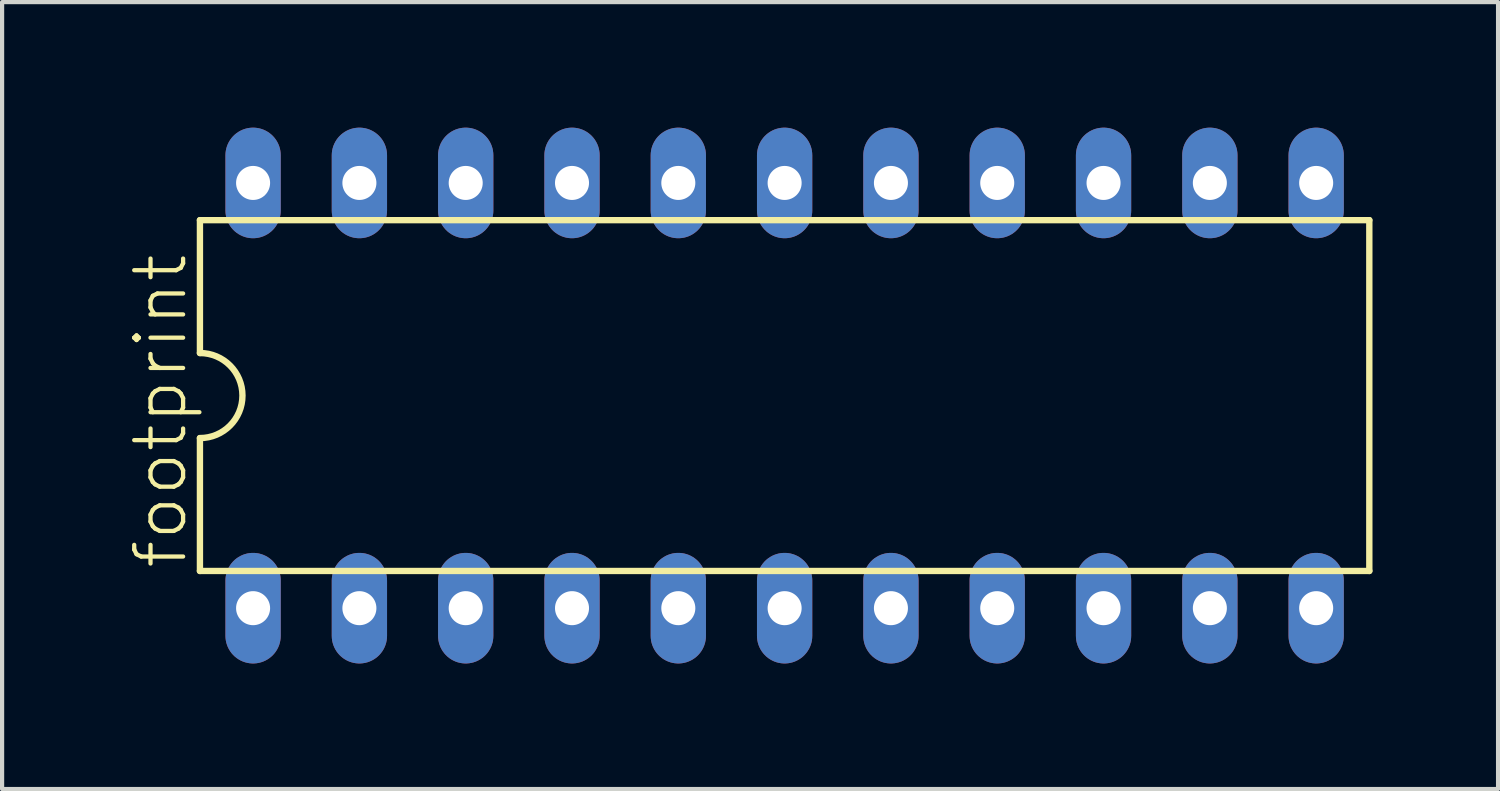
<source format=kicad_pcb>
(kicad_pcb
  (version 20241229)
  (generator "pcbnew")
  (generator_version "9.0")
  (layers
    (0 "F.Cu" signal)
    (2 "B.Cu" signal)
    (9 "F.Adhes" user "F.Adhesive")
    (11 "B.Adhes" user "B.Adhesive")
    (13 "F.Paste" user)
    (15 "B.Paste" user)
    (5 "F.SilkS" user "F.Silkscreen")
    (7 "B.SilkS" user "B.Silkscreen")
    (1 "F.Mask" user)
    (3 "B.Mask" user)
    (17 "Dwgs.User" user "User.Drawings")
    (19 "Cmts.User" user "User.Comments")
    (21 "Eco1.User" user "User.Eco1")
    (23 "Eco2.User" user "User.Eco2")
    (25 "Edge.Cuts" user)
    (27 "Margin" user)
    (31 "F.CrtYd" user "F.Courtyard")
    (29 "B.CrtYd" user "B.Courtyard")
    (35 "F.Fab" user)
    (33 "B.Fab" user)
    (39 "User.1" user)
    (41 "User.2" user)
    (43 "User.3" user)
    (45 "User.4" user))
  (footprint "footprint"
    (layer "F.Cu")
    (at 15.697 6.401)
    (property "Reference" "footprint" (at -14.224 4.191 90) (layer "F.SilkS") (effects (font (size 1.168 1.168) (thickness 0.102)) (justify left bottom)))
    (fp_line (start -13.97 -4.191) (end -13.97 -1.016) (stroke (width 0.152) (type solid)) (layer "F.SilkS"))
    (fp_line (start -13.97 4.191) (end -13.97 1.016) (stroke (width 0.152) (type solid)) (layer "F.SilkS"))
    (fp_line (start -13.97 4.191) (end 13.97 4.191) (stroke (width 0.152) (type solid)) (layer "F.SilkS"))
    (fp_line (start 13.97 -4.191) (end -13.97 -4.191) (stroke (width 0.152) (type solid)) (layer "F.SilkS"))
    (fp_line (start 13.97 -4.191) (end 13.97 4.191) (stroke (width 0.152) (type solid)) (layer "F.SilkS"))
    (fp_arc (start -13.97 -1.016) (mid -12.954 0) (end -13.97 1.016) (stroke (width 0.1524) (type solid)) (layer "F.SilkS"))
    (pad "1" thru_hole oval (at -12.7 5.08 90) (size 2.642 1.321) (drill 0.813) (layers "*.Cu" "*.Mask"))
    (pad "2" thru_hole oval (at -10.16 5.08 90) (size 2.642 1.321) (drill 0.813) (layers "*.Cu" "*.Mask"))
    (pad "3" thru_hole oval (at -7.62 5.08 90) (size 2.642 1.321) (drill 0.813) (layers "*.Cu" "*.Mask"))
    (pad "4" thru_hole oval (at -5.08 5.08 90) (size 2.642 1.321) (drill 0.813) (layers "*.Cu" "*.Mask"))
    (pad "5" thru_hole oval (at -2.54 5.08 90) (size 2.642 1.321) (drill 0.813) (layers "*.Cu" "*.Mask"))
    (pad "6" thru_hole oval (at 0 5.08 90) (size 2.642 1.321) (drill 0.813) (layers "*.Cu" "*.Mask"))
    (pad "7" thru_hole oval (at 2.54 5.08 90) (size 2.642 1.321) (drill 0.813) (layers "*.Cu" "*.Mask"))
    (pad "8" thru_hole oval (at 5.08 5.08 90) (size 2.642 1.321) (drill 0.813) (layers "*.Cu" "*.Mask"))
    (pad "9" thru_hole oval (at 7.62 5.08 90) (size 2.642 1.321) (drill 0.813) (layers "*.Cu" "*.Mask"))
    (pad "10" thru_hole oval (at 10.16 5.08 90) (size 2.642 1.321) (drill 0.813) (layers "*.Cu" "*.Mask"))
    (pad "11" thru_hole oval (at 12.7 5.08 90) (size 2.642 1.321) (drill 0.813) (layers "*.Cu" "*.Mask"))
    (pad "12" thru_hole oval (at 12.7 -5.08 90) (size 2.642 1.321) (drill 0.813) (layers "*.Cu" "*.Mask"))
    (pad "13" thru_hole oval (at 10.16 -5.08 90) (size 2.642 1.321) (drill 0.813) (layers "*.Cu" "*.Mask"))
    (pad "14" thru_hole oval (at 7.62 -5.08 90) (size 2.642 1.321) (drill 0.813) (layers "*.Cu" "*.Mask"))
    (pad "15" thru_hole oval (at 5.08 -5.08 90) (size 2.642 1.321) (drill 0.813) (layers "*.Cu" "*.Mask"))
    (pad "16" thru_hole oval (at 2.54 -5.08 90) (size 2.642 1.321) (drill 0.813) (layers "*.Cu" "*.Mask"))
    (pad "17" thru_hole oval (at 0 -5.08 90) (size 2.642 1.321) (drill 0.813) (layers "*.Cu" "*.Mask"))
    (pad "18" thru_hole oval (at -2.54 -5.08 90) (size 2.642 1.321) (drill 0.813) (layers "*.Cu" "*.Mask"))
    (pad "19" thru_hole oval (at -5.08 -5.08 90) (size 2.642 1.321) (drill 0.813) (layers "*.Cu" "*.Mask"))
    (pad "20" thru_hole oval (at -7.62 -5.08 90) (size 2.642 1.321) (drill 0.813) (layers "*.Cu" "*.Mask"))
    (pad "21" thru_hole oval (at -10.16 -5.08 90) (size 2.642 1.321) (drill 0.813) (layers "*.Cu" "*.Mask"))
    (pad "22" thru_hole oval (at -12.7 -5.08 90) (size 2.642 1.321) (drill 0.813) (layers "*.Cu" "*.Mask")))
  (gr_rect
    (start -3 -3)
    (end 32.743 15.802)
    (stroke (width 0.1) (type default))
    (fill no)
    (layer "Edge.Cuts")))
</source>
